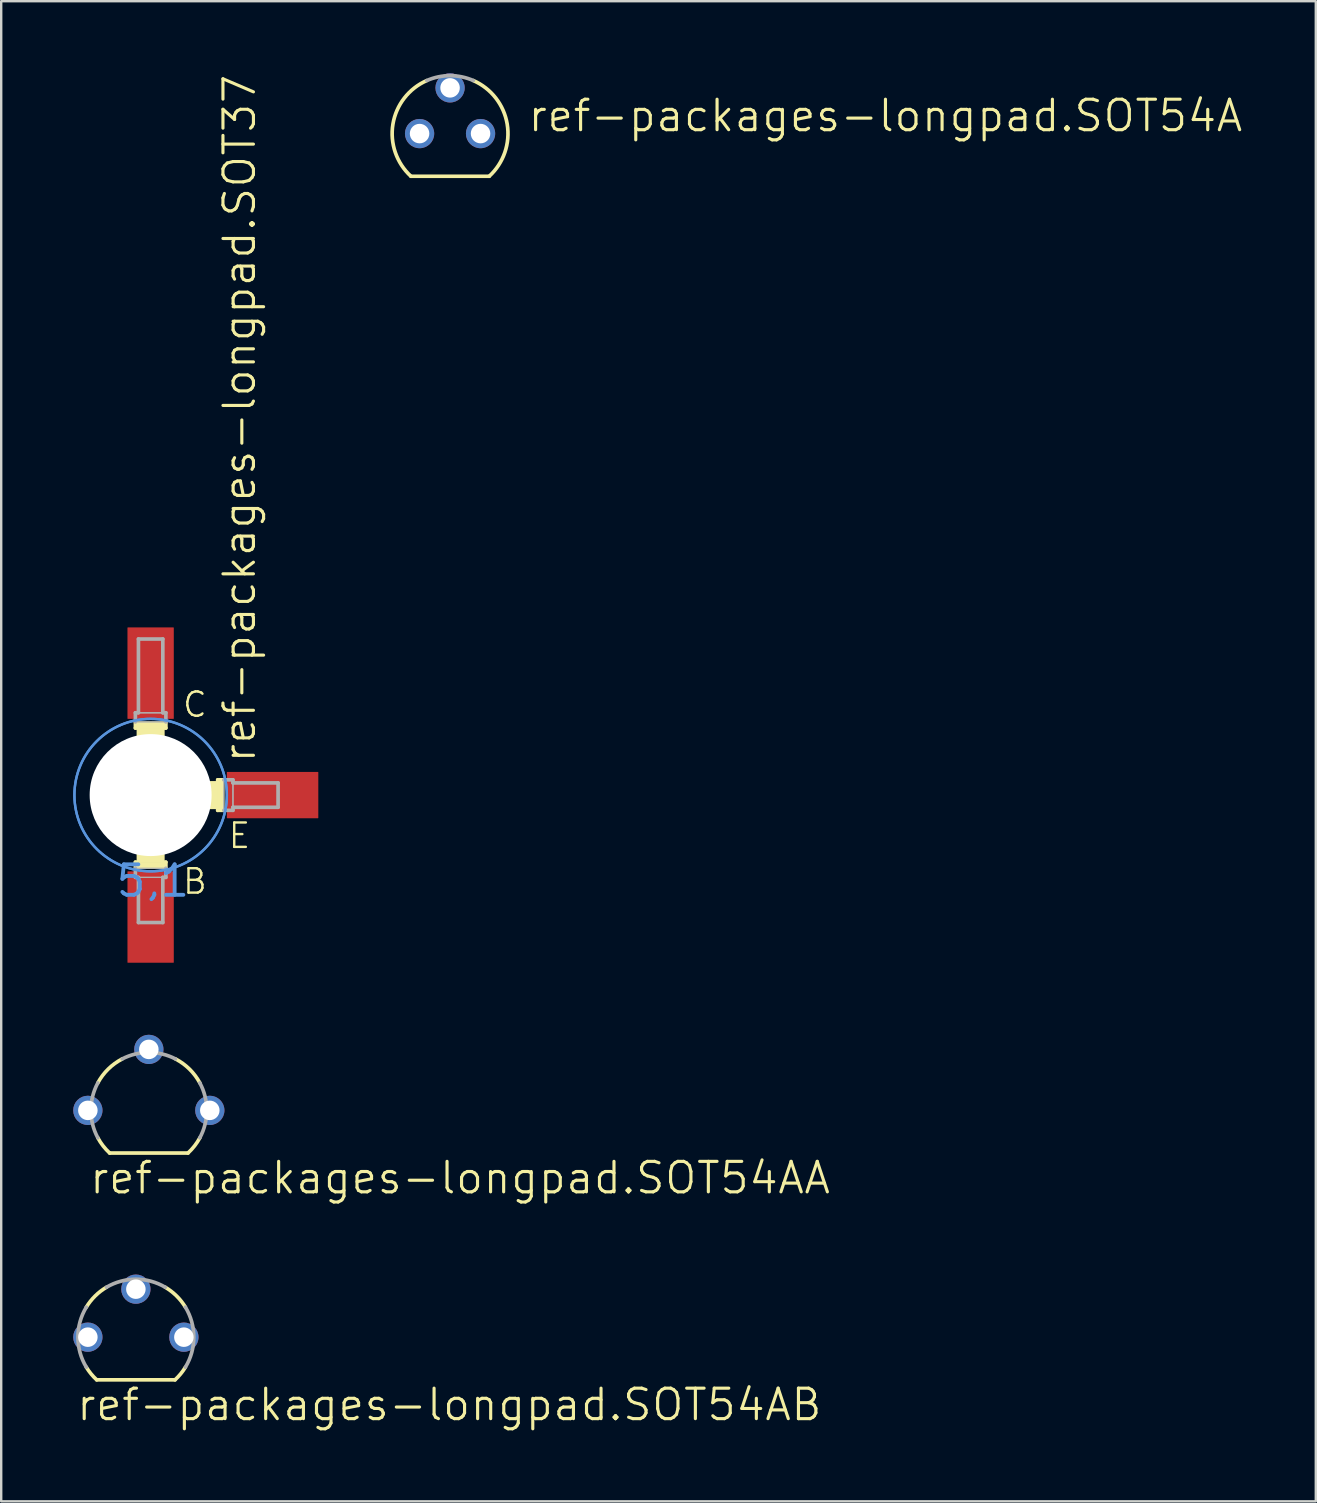
<source format=kicad_pcb>
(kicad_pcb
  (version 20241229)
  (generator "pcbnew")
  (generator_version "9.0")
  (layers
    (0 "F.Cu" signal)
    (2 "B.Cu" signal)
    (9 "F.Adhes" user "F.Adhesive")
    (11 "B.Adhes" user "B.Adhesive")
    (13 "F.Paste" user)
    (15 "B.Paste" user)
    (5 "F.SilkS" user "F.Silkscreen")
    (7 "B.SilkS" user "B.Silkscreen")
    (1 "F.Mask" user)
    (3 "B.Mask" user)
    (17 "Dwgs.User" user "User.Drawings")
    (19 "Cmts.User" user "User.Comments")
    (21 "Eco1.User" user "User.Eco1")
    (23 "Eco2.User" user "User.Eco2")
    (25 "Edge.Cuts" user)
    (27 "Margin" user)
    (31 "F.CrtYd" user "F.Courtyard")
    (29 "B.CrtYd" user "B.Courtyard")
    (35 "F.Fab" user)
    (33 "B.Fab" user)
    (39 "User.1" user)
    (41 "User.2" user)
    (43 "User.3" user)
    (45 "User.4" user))
  (footprint "ref-packages-longpad.SOT54A"
    (layer "F.Cu")
    (at 15.699 2.515)
    (property "Reference" "ref-packages-longpad.SOT54A" (at 3.175 0 0) (layer "F.SilkS") (effects (font (size 1.27 1.27) (thickness 0.13)) (justify left bottom)))
    (attr through_hole)
    (fp_line (start -1.631 1.778) (end 1.631 1.778) (stroke (width 0.152) (type default)) (layer "F.SilkS"))
    (fp_arc (start -1.631 1.778) (mid -2.380096 -0.395238) (end -0.9689 -2.2098) (stroke (width 0.1524) (type default)) (layer "F.SilkS"))
    (fp_arc (start 0.9689 -2.2098) (mid 2.380096 -0.395238) (end 1.631 1.778) (stroke (width 0.1524) (type default)) (layer "F.SilkS"))
    (fp_arc (start -0.9692 -2.2098) (mid 0 -2.412999) (end 0.9692 -2.2098) (stroke (width 0.1524) (type default)) (layer "F.Fab"))
    (pad "B" thru_hole circle (at 0 -1.905) (size 1.219 1.219) (drill 0.813) (layers "*.Cu" "*.Mask"))
    (pad "C" thru_hole circle (at -1.27 0) (size 1.219 1.219) (drill 0.813) (layers "*.Cu" "*.Mask"))
    (pad "E" thru_hole circle (at 1.27 0) (size 1.219 1.219) (drill 0.813) (layers "*.Cu" "*.Mask")))
  (footprint "ref-packages-longpad.SOT54AA"
    (layer "F.Cu")
    (at 3.15 43.206)
    (property "Reference" "ref-packages-longpad.SOT54AA" (at -2.54 3.556 0) (layer "F.SilkS") (effects (font (size 1.27 1.27) (thickness 0.13)) (justify left bottom)))
    (attr through_hole)
    (fp_line (start -1.631 1.778) (end 1.631 1.778) (stroke (width 0.152) (type default)) (layer "F.SilkS"))
    (fp_arc (start -2.1254 -1.1425) (mid -1.693417 -1.719006) (end -1.1105 -2.1423) (stroke (width 0.1524) (type default)) (layer "F.SilkS"))
    (fp_arc (start -1.631 1.778) (mid -1.904736 1.480999) (end -2.1251 1.1425) (stroke (width 0.1524) (type default)) (layer "F.SilkS"))
    (fp_arc (start 1.1105 -2.1423) (mid 1.693417 -1.719006) (end 2.1254 -1.1425) (stroke (width 0.1524) (type default)) (layer "F.SilkS"))
    (fp_arc (start 2.1251 1.1425) (mid 1.904736 1.480999) (end 1.631 1.778) (stroke (width 0.1524) (type default)) (layer "F.SilkS"))
    (fp_arc (start -2.1254 1.1425) (mid -2.413013 0) (end -2.1254 -1.1425) (stroke (width 0.1524) (type default)) (layer "F.Fab"))
    (fp_arc (start -1.1105 -2.1423) (mid 0 -2.413019) (end 1.1105 -2.1423) (stroke (width 0.1524) (type default)) (layer "F.Fab"))
    (fp_arc (start 2.1254 -1.1425) (mid 2.413013 0) (end 2.1254 1.1425) (stroke (width 0.1524) (type default)) (layer "F.Fab"))
    (pad "B" thru_hole circle (at 0 -2.54) (size 1.219 1.219) (drill 0.813) (layers "*.Cu" "*.Mask"))
    (pad "C" thru_hole circle (at -2.54 0) (size 1.219 1.219) (drill 0.813) (layers "*.Cu" "*.Mask"))
    (pad "E" thru_hole circle (at 2.54 0) (size 1.219 1.219) (drill 0.813) (layers "*.Cu" "*.Mask")))
  (footprint "ref-packages-longpad.SOT54AB"
    (layer "F.Cu")
    (at 2.61 52.654)
    (property "Reference" "ref-packages-longpad.SOT54AB" (at -2.54 3.556 0) (layer "F.SilkS") (effects (font (size 1.27 1.27) (thickness 0.13)) (justify left bottom)))
    (attr through_hole)
    (fp_line (start -1.631 1.778) (end 1.631 1.778) (stroke (width 0.152) (type default)) (layer "F.SilkS"))
    (fp_arc (start -2.0638 -1.2504) (mid -1.695865 -1.716597) (end -1.2252 -2.0788) (stroke (width 0.1524) (type default)) (layer "F.SilkS"))
    (fp_arc (start -1.6313 1.7781) (mid -1.866295 1.529613) (end -2.0638 1.2504) (stroke (width 0.1524) (type default)) (layer "F.SilkS"))
    (fp_arc (start 1.2252 -2.0788) (mid 1.695865 -1.716597) (end 2.0638 -1.2504) (stroke (width 0.1524) (type default)) (layer "F.SilkS"))
    (fp_arc (start 2.0634 1.2504) (mid 1.865939 1.529557) (end 1.631 1.778) (stroke (width 0.1524) (type default)) (layer "F.SilkS"))
    (fp_arc (start -2.0638 1.2504) (mid -2.413042 0) (end -2.0638 -1.2504) (stroke (width 0.1524) (type default)) (layer "F.Fab"))
    (fp_arc (start -1.2252 -2.0788) (mid 0 -2.412991) (end 1.2252 -2.0788) (stroke (width 0.1524) (type default)) (layer "F.Fab"))
    (fp_arc (start 2.0638 -1.2504) (mid 2.413042 0) (end 2.0638 1.2504) (stroke (width 0.1524) (type default)) (layer "F.Fab"))
    (pad "B" thru_hole circle (at 0 -2) (size 1.219 1.219) (drill 0.813) (layers "*.Cu" "*.Mask"))
    (pad "C" thru_hole circle (at -2 0) (size 1.219 1.219) (drill 0.813) (layers "*.Cu" "*.Mask"))
    (pad "E" thru_hole circle (at 2 0) (size 1.219 1.219) (drill 0.813) (layers "*.Cu" "*.Mask")))
  (footprint "ref-packages-longpad.SOT37"
    (layer "F.Cu")
    (at 3.225 30.072)
    (property "Reference" "ref-packages-longpad.SOT37" (at 4.445 -1.27 90) (layer "F.SilkS") (effects (font (size 1.27 1.27) (thickness 0.13)) (justify left bottom)))
    (attr smd)
    (fp_line (start -0.635 -2.794) (end -0.635 -3.048) (stroke (width 0.152) (type default)) (layer "F.SilkS"))
    (fp_line (start -0.635 -2.794) (end -0.508 -2.794) (stroke (width 0.152) (type default)) (layer "F.SilkS"))
    (fp_line (start -0.635 2.794) (end -0.635 3.048) (stroke (width 0.152) (type default)) (layer "F.SilkS"))
    (fp_line (start -0.635 2.794) (end -0.508 2.794) (stroke (width 0.152) (type default)) (layer "F.SilkS"))
    (fp_line (start -0.508 -2.235) (end -0.508 -2.794) (stroke (width 0.152) (type default)) (layer "F.SilkS"))
    (fp_line (start -0.508 2.235) (end -0.508 2.794) (stroke (width 0.152) (type default)) (layer "F.SilkS"))
    (fp_line (start 0.508 -2.235) (end 0.508 -2.794) (stroke (width 0.152) (type default)) (layer "F.SilkS"))
    (fp_line (start 0.508 2.235) (end 0.508 2.794) (stroke (width 0.152) (type default)) (layer "F.SilkS"))
    (fp_line (start 0.635 -2.794) (end 0.508 -2.794) (stroke (width 0.152) (type default)) (layer "F.SilkS"))
    (fp_line (start 0.635 -2.794) (end 0.635 -3.048) (stroke (width 0.152) (type default)) (layer "F.SilkS"))
    (fp_line (start 0.635 2.794) (end 0.508 2.794) (stroke (width 0.152) (type default)) (layer "F.SilkS"))
    (fp_line (start 0.635 2.794) (end 0.635 3.048) (stroke (width 0.152) (type default)) (layer "F.SilkS"))
    (fp_line (start 2.21 -0.508) (end 2.794 -0.508) (stroke (width 0.152) (type default)) (layer "F.SilkS"))
    (fp_line (start 2.235 0.508) (end 2.794 0.508) (stroke (width 0.152) (type default)) (layer "F.SilkS"))
    (fp_line (start 2.794 -0.635) (end 2.794 -0.508) (stroke (width 0.152) (type default)) (layer "F.SilkS"))
    (fp_line (start 2.794 0.635) (end 2.794 0.508) (stroke (width 0.152) (type default)) (layer "F.SilkS"))
    (fp_line (start 3.048 -0.635) (end 2.794 -0.635) (stroke (width 0.152) (type default)) (layer "F.SilkS"))
    (fp_line (start 3.048 0.635) (end 2.794 0.635) (stroke (width 0.152) (type default)) (layer "F.SilkS"))
    (fp_rect (start -0.635 -2.794) (end 0.635 -3.048) (stroke (width 0.05) (type default)) (fill yes) (layer "F.SilkS"))
    (fp_rect (start -0.635 3.048) (end 0.635 2.794) (stroke (width 0.05) (type default)) (fill yes) (layer "F.SilkS"))
    (fp_rect (start -0.508 -2.413) (end 0.508 -2.794) (stroke (width 0.05) (type default)) (fill yes) (layer "F.SilkS"))
    (fp_rect (start -0.508 2.794) (end 0.508 2.413) (stroke (width 0.05) (type default)) (fill yes) (layer "F.SilkS"))
    (fp_rect (start 2.413 0.508) (end 2.794 -0.508) (stroke (width 0.05) (type default)) (fill yes) (layer "F.SilkS"))
    (fp_rect (start 2.794 0.635) (end 3.048 -0.635) (stroke (width 0.05) (type default)) (fill yes) (layer "F.SilkS"))
    (fp_circle (center 0 -1.524) (end 0.508 -1.524) (stroke (width 0.152) (type default)) (fill no) (layer "F.SilkS"))
    (fp_circle (center 0 0) (end 2.286 0) (stroke (width 0.152) (type default)) (fill no) (layer "F.SilkS"))
    (fp_circle (center 0 0) (end 3.175 0) (stroke (width 0.1) (type default)) (fill no) (layer "Cmts.User"))
    (fp_circle (center 0 0) (end 3.175 0) (stroke (width 0.1) (type default)) (fill no) (layer "Cmts.User"))
    (fp_line (start -0.635 -3.048) (end -0.635 -3.429) (stroke (width 0.152) (type default)) (layer "F.Fab"))
    (fp_line (start -0.635 3.048) (end -0.635 3.429) (stroke (width 0.152) (type default)) (layer "F.Fab"))
    (fp_line (start -0.508 -6.502) (end 0.508 -6.502) (stroke (width 0.152) (type default)) (layer "F.Fab"))
    (fp_line (start -0.508 -3.429) (end -0.635 -3.429) (stroke (width 0.152) (type default)) (layer "F.Fab"))
    (fp_line (start -0.508 -3.429) (end -0.508 -6.502) (stroke (width 0.152) (type default)) (layer "F.Fab"))
    (fp_line (start -0.508 3.429) (end -0.635 3.429) (stroke (width 0.152) (type default)) (layer "F.Fab"))
    (fp_line (start -0.508 3.429) (end -0.508 5.309) (stroke (width 0.152) (type default)) (layer "F.Fab"))
    (fp_line (start -0.508 5.309) (end 0.508 5.309) (stroke (width 0.152) (type default)) (layer "F.Fab"))
    (fp_line (start 0.508 -3.429) (end 0.508 -6.502) (stroke (width 0.152) (type default)) (layer "F.Fab"))
    (fp_line (start 0.508 -3.429) (end 0.635 -3.429) (stroke (width 0.152) (type default)) (layer "F.Fab"))
    (fp_line (start 0.508 3.429) (end 0.508 5.309) (stroke (width 0.152) (type default)) (layer "F.Fab"))
    (fp_line (start 0.508 3.429) (end 0.635 3.429) (stroke (width 0.152) (type default)) (layer "F.Fab"))
    (fp_line (start 0.635 -3.048) (end 0.635 -3.429) (stroke (width 0.152) (type default)) (layer "F.Fab"))
    (fp_line (start 0.635 3.048) (end 0.635 3.429) (stroke (width 0.152) (type default)) (layer "F.Fab"))
    (fp_line (start 3.048 -0.635) (end 3.429 -0.635) (stroke (width 0.152) (type default)) (layer "F.Fab"))
    (fp_line (start 3.048 0.635) (end 3.429 0.635) (stroke (width 0.152) (type default)) (layer "F.Fab"))
    (fp_line (start 3.429 -0.508) (end 3.429 -0.635) (stroke (width 0.152) (type default)) (layer "F.Fab"))
    (fp_line (start 3.429 -0.508) (end 5.309 -0.508) (stroke (width 0.152) (type default)) (layer "F.Fab"))
    (fp_line (start 3.429 0.508) (end 3.429 0.635) (stroke (width 0.152) (type default)) (layer "F.Fab"))
    (fp_line (start 3.429 0.508) (end 5.309 0.508) (stroke (width 0.152) (type default)) (layer "F.Fab"))
    (fp_line (start 5.309 -0.508) (end 5.309 0.508) (stroke (width 0.152) (type default)) (layer "F.Fab"))
    (fp_rect (start -0.635 -3.048) (end 0.635 -3.429) (stroke (width 0.05) (type default)) (fill no) (layer "F.Fab"))
    (fp_rect (start -0.635 3.429) (end 0.635 3.048) (stroke (width 0.05) (type default)) (fill no) (layer "F.Fab"))
    (fp_rect (start -0.508 -3.429) (end 0.508 -6.477) (stroke (width 0.05) (type default)) (fill no) (layer "F.Fab"))
    (fp_rect (start -0.508 5.334) (end 0.508 3.429) (stroke (width 0.05) (type default)) (fill no) (layer "F.Fab"))
    (fp_rect (start 3.048 0.635) (end 3.429 -0.635) (stroke (width 0.05) (type default)) (fill no) (layer "F.Fab"))
    (fp_rect (start 3.429 0.508) (end 5.334 -0.508) (stroke (width 0.05) (type default)) (fill no) (layer "F.Fab"))
    (fp_text user "C" (at 1.27 -3.175 0) (layer "F.SilkS") (effects (font (size 1.016 1.016) (thickness 0.1)) (justify left bottom)))
    (fp_text user "B" (at 1.27 4.191 0) (layer "F.SilkS") (effects (font (size 1.016 1.016) (thickness 0.1)) (justify left bottom)))
    (fp_text user "E" (at 3.175 2.286 0) (layer "F.SilkS") (effects (font (size 1.016 1.016) (thickness 0.1)) (justify left bottom)))
    (fp_text user "5,1" (at -1.524 4.318 0) (layer "Cmts.User") (effects (font (size 1.27 1.27) (thickness 0.16)) (justify left bottom)))
    (pad "" np_thru_hole circle (at 0 0) (size 5.08 5.08) (drill 5.08) (layers "*.Cu" "*.Mask"))
    (pad "B" smd roundrect (at 0 5.08) (size 1.93 3.81) (layers "F.Cu" "F.Mask" "F.Paste") (roundrect_rratio 0.01))
    (pad "C" smd roundrect (at 0 -5.08) (size 1.93 3.81) (layers "F.Cu" "F.Mask" "F.Paste") (roundrect_rratio 0.01))
    (pad "E" smd roundrect (at 5.08 0) (size 3.81 1.93) (layers "F.Cu" "F.Mask" "F.Paste") (roundrect_rratio 0.01)))
  (gr_rect
    (start -3 -3)
    (end 51.764 59.492)
    (stroke (width 0.1) (type default))
    (fill no)
    (layer "Edge.Cuts")))
</source>
